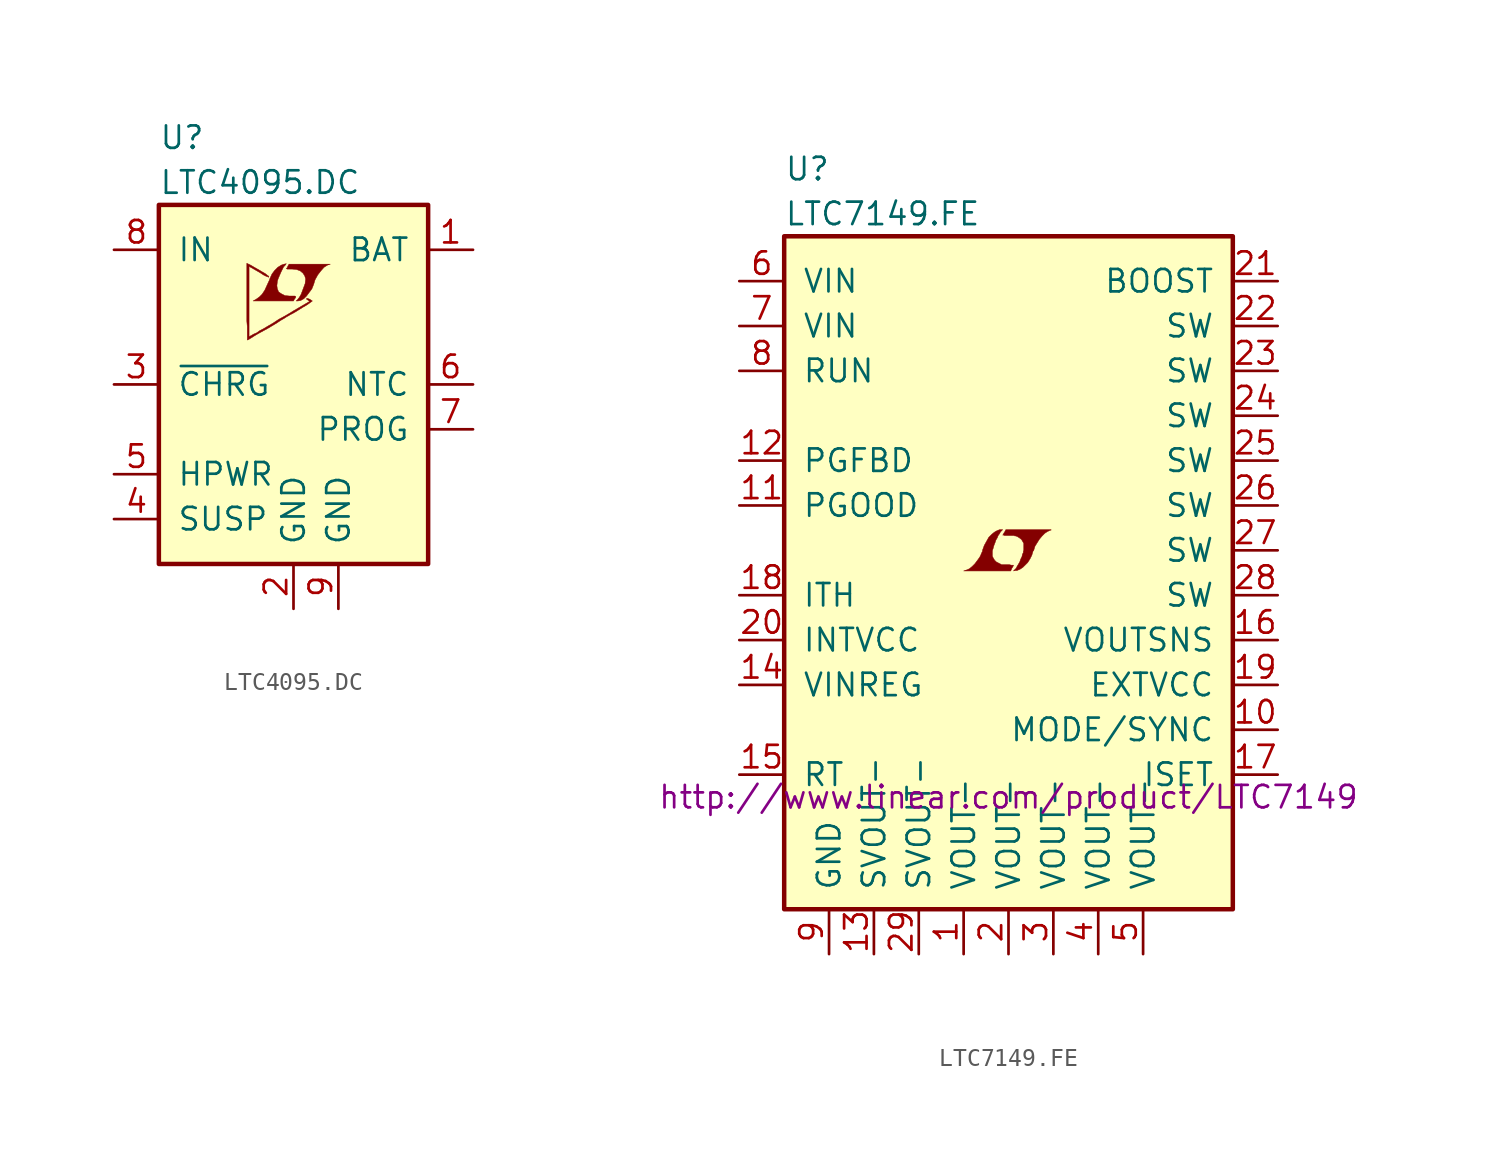
<source format=kicad_sym>
(kicad_symbol_lib
  (version 20201005)
  (generator kicad_symbol_editor)
  (symbol "LTC4095.DC"
    (pin_names
      (offset 1.016))
    (property "Reference" "U"
      (at -7.62 13.97 0)
      (effects (font (size 1.27 1.27)) (justify left)))
    (property "Value" "LTC4095.DC"
      (at -7.62 11.43 0)
      (effects (font (size 1.27 1.27)) (justify left)))
    (symbol "LTC4095.DC_0_0"
      (polyline (pts (xy 0.406 4.75) (xy 0.584 4.851) (xy 0.737 5.004) (xy 1.041 5.41) (xy 1.143 5.664) (xy 1.219 5.918) (xy 1.372 6.198) (xy 1.549 6.426) (xy 1.727 6.629) (xy 1.93 6.756) (xy 2.083 6.807) (xy -0.254 6.807) (xy -0.33 6.68) (xy -0.33 6.655) (xy -0.381 6.579) (xy -0.406 6.553) (xy -0.356 6.528) (xy -0.076 6.528) (xy 0.178 6.502) (xy 0.381 6.426) (xy 0.533 6.299) (xy 0.635 6.147) (xy 0.686 5.969) (xy 0.66 5.74) (xy 0.66 5.715) (xy 0.432 5.105) (xy 0.33 4.928) (xy 0.229 4.801) (xy 0.152 4.724) (xy 0.254 4.724) (xy 0.406 4.75)) (stroke (width 0.025)) (fill (type outline)))
      (polyline (pts (xy 0.051 4.826) (xy 0.076 4.851) (xy 0.127 4.928) (xy 0.127 4.978) (xy 0.076 5.004) (xy -0.229 5.004) (xy -0.483 5.029) (xy -0.686 5.131) (xy -0.838 5.232) (xy -0.914 5.41) (xy -0.94 5.588) (xy -0.914 5.817) (xy -0.914 5.842) (xy -0.864 5.994) (xy -0.711 6.35) (xy -0.559 6.655) (xy -0.483 6.731) (xy -0.406 6.833) (xy -0.533 6.807) (xy -0.686 6.756) (xy -0.889 6.629) (xy -1.067 6.452) (xy -1.219 6.248) (xy -1.346 5.969) (xy -1.346 5.944) (xy -1.499 5.613) (xy -1.626 5.334) (xy -1.778 5.105) (xy -1.93 4.953) (xy -2.108 4.826) (xy -2.286 4.724) (xy 0 4.724) (xy 0.051 4.826)) (stroke (width 0.025)) (fill (type outline)))
      (polyline (pts (xy -2.54 2.54) (xy -2.464 2.591) (xy -2.337 2.667) (xy -2.261 2.718) (xy -2.007 2.87) (xy -1.448 3.175) (xy -0.94 3.48) (xy -0.711 3.632) (xy -0.533 3.734) (xy -0.381 3.835) (xy -0.279 3.886) (xy -0.203 3.937) (xy -0.051 4.013) (xy 0.127 4.115) (xy 0.533 4.369) (xy 0.711 4.47) (xy 0.864 4.572) (xy 0.965 4.648) (xy 1.041 4.699) (xy 1.067 4.724) (xy 0.914 4.826) (xy 0.762 4.877) (xy 0.737 4.851) (xy 0.737 4.826) (xy 0.813 4.775) (xy 0.914 4.699) (xy 0 4.166) (xy -0.203 4.039) (xy -0.508 3.861) (xy -0.838 3.683) (xy -1.143 3.48) (xy -1.448 3.302) (xy -1.702 3.15) (xy -1.905 3.048) (xy -2.083 2.921) (xy -2.261 2.845) (xy -2.388 2.769) (xy -2.489 2.718) (xy -2.515 2.692) (xy -2.515 6.68) (xy -1.981 6.375) (xy -1.854 6.299) (xy -1.702 6.198) (xy -1.549 6.121) (xy -1.473 6.096) (xy -1.422 6.071) (xy -1.397 6.071) (xy -1.397 6.121) (xy -1.473 6.172) (xy -1.6 6.274) (xy -1.778 6.375) (xy -1.905 6.452) (xy -2.261 6.655) (xy -2.388 6.731) (xy -2.642 6.858) (xy -2.642 3.581) (xy -2.616 3.277) (xy -2.616 2.515) (xy -2.591 2.515) (xy -2.54 2.54)) (stroke (width 0.025)) (fill (type outline))))
    (symbol "LTC4095.DC_0_1"
      (rectangle (start -7.62 10.16) (end 7.62 -10.16) (stroke (width 0.254)) (fill (type background))))
    (symbol "LTC4095.DC_1_1"
      (pin power_out line (at 10.16 7.62 180) (length 2.54) (name "BAT" (effects (font (size 1.27 1.27)))) (number "1" (effects (font (size 1.27 1.27)))))
      (pin power_in line (at 0 -12.7 90) (length 2.54) (name "GND" (effects (font (size 1.27 1.27)))) (number "2" (effects (font (size 1.27 1.27)))))
      (pin open_collector line (at -10.16 0 0) (length 2.54) (name "~CHRG" (effects (font (size 1.27 1.27)))) (number "3" (effects (font (size 1.27 1.27)))))
      (pin input line (at -10.16 -7.62 0) (length 2.54) (name "SUSP" (effects (font (size 1.27 1.27)))) (number "4" (effects (font (size 1.27 1.27)))))
      (pin input line (at -10.16 -5.08 0) (length 2.54) (name "HPWR" (effects (font (size 1.27 1.27)))) (number "5" (effects (font (size 1.27 1.27)))))
      (pin passive line (at 10.16 0 180) (length 2.54) (name "NTC" (effects (font (size 1.27 1.27)))) (number "6" (effects (font (size 1.27 1.27)))))
      (pin passive line (at 10.16 -2.54 180) (length 2.54) (name "PROG" (effects (font (size 1.27 1.27)))) (number "7" (effects (font (size 1.27 1.27)))))
      (pin power_in line (at -10.16 7.62 0) (length 2.54) (name "IN" (effects (font (size 1.27 1.27)))) (number "8" (effects (font (size 1.27 1.27)))))
      (pin power_in line (at 2.54 -12.7 90) (length 2.54) (name "GND" (effects (font (size 1.27 1.27)))) (number "9" (effects (font (size 1.27 1.27)))))))
  (symbol "LTC7149.FE"
    (pin_names
      (offset 1.016))
    (property "Reference" "U"
      (at -12.7 21.59 0)
      (effects (font (size 1.27 1.27)) (justify left)))
    (property "Value" "LTC7149.FE"
      (at -12.7 19.05 0)
      (effects (font (size 1.27 1.27)) (justify left)))
    (property "Datasheet" "http://www.linear.com/product/LTC7149"
      (at 0 -13.97 0)
      (effects (font (size 1.27 1.27))))
    (symbol "LTC7149.FE_0_0"
      (polyline (pts (xy 0.203 -0.991) (xy 0.229 -0.965) (xy 0.279 -0.864) (xy 0.279 -0.838) (xy 0.152 -0.838) (xy 0.051 -0.813) (xy -0.406 -0.813) (xy -0.432 -0.787) (xy -0.686 -0.66) (xy -0.787 -0.559) (xy -0.864 -0.432) (xy -0.914 -0.33) (xy -0.914 -0.025) (xy -0.864 0.127) (xy -0.838 0.229) (xy -0.813 0.305) (xy -0.762 0.432) (xy -0.711 0.584) (xy -0.635 0.711) (xy -0.584 0.838) (xy -0.508 0.94) (xy -0.457 1.041) (xy -0.33 1.168) (xy -0.508 1.168) (xy -0.635 1.118) (xy -0.737 1.067) (xy -0.813 1.016) (xy -0.94 0.914) (xy -1.118 0.737) (xy -1.372 0.279) (xy -1.473 0) (xy -1.473 -0.051) (xy -1.524 -0.152) (xy -1.575 -0.279) (xy -1.626 -0.381) (xy -1.753 -0.559) (xy -1.905 -0.762) (xy -2.057 -0.914) (xy -2.21 -1.041) (xy -2.388 -1.118) (xy -2.54 -1.168) (xy 0.127 -1.168) (xy 0.203 -0.991)) (stroke (width 0.025)) (fill (type outline)))
      (polyline (pts (xy 0.406 -1.143) (xy 0.483 -1.143) (xy 0.66 -1.067) (xy 0.813 -0.965) (xy 1.092 -0.686) (xy 1.219 -0.483) (xy 1.321 -0.279) (xy 1.397 -0.025) (xy 1.422 -0.025) (xy 1.499 0.229) (xy 1.753 0.635) (xy 1.905 0.813) (xy 2.057 0.965) (xy 2.21 1.067) (xy 2.388 1.143) (xy 2.413 1.143) (xy 2.413 1.168) (xy -0.152 1.168) (xy -0.229 1.016) (xy -0.254 0.991) (xy -0.305 0.889) (xy -0.33 0.864) (xy -0.279 0.864) (xy -0.229 0.838) (xy 0.305 0.838) (xy 0.356 0.813) (xy 0.406 0.813) (xy 0.483 0.787) (xy 0.61 0.711) (xy 0.737 0.61) (xy 0.813 0.483) (xy 0.838 0.432) (xy 0.864 0.406) (xy 0.864 0) (xy 0.838 -0.051) (xy 0.838 -0.127) (xy 0.787 -0.229) (xy 0.762 -0.356) (xy 0.686 -0.508) (xy 0.635 -0.66) (xy 0.483 -0.914) (xy 0.432 -1.016) (xy 0.279 -1.168) (xy 0.406 -1.143)) (stroke (width 0.025)) (fill (type outline))))
    (symbol "LTC7149.FE_0_1"
      (rectangle (start -12.7 17.78) (end 12.7 -20.32) (stroke (width 0.254)) (fill (type background))))
    (symbol "LTC7149.FE_1_1"
      (pin power_in line (at -2.54 -22.86 90) (length 2.54) (name "VOUT-" (effects (font (size 1.27 1.27)))) (number "1" (effects (font (size 1.27 1.27)))))
      (pin input line (at 15.24 -10.16 180) (length 2.54) (name "MODE/SYNC" (effects (font (size 1.27 1.27)))) (number "10" (effects (font (size 1.27 1.27)))))
      (pin open_collector line (at -15.24 2.54 0) (length 2.54) (name "PGOOD" (effects (font (size 1.27 1.27)))) (number "11" (effects (font (size 1.27 1.27)))))
      (pin input line (at -15.24 5.08 0) (length 2.54) (name "PGFBD" (effects (font (size 1.27 1.27)))) (number "12" (effects (font (size 1.27 1.27)))))
      (pin power_in line (at -7.62 -22.86 90) (length 2.54) (name "SVOUT-" (effects (font (size 1.27 1.27)))) (number "13" (effects (font (size 1.27 1.27)))))
      (pin input line (at -15.24 -7.62 0) (length 2.54) (name "VINREG" (effects (font (size 1.27 1.27)))) (number "14" (effects (font (size 1.27 1.27)))))
      (pin passive line (at -15.24 -12.7 0) (length 2.54) (name "RT" (effects (font (size 1.27 1.27)))) (number "15" (effects (font (size 1.27 1.27)))))
      (pin input line (at 15.24 -5.08 180) (length 2.54) (name "VOUTSNS" (effects (font (size 1.27 1.27)))) (number "16" (effects (font (size 1.27 1.27)))))
      (pin passive line (at 15.24 -12.7 180) (length 2.54) (name "ISET" (effects (font (size 1.27 1.27)))) (number "17" (effects (font (size 1.27 1.27)))))
      (pin passive line (at -15.24 -2.54 0) (length 2.54) (name "ITH" (effects (font (size 1.27 1.27)))) (number "18" (effects (font (size 1.27 1.27)))))
      (pin power_in line (at 15.24 -7.62 180) (length 2.54) (name "EXTVCC" (effects (font (size 1.27 1.27)))) (number "19" (effects (font (size 1.27 1.27)))))
      (pin power_in line (at 0 -22.86 90) (length 2.54) (name "VOUT-" (effects (font (size 1.27 1.27)))) (number "2" (effects (font (size 1.27 1.27)))))
      (pin passive line (at -15.24 -5.08 0) (length 2.54) (name "INTVCC" (effects (font (size 1.27 1.27)))) (number "20" (effects (font (size 1.27 1.27)))))
      (pin passive line (at 15.24 15.24 180) (length 2.54) (name "BOOST" (effects (font (size 1.27 1.27)))) (number "21" (effects (font (size 1.27 1.27)))))
      (pin passive line (at 15.24 12.7 180) (length 2.54) (name "SW" (effects (font (size 1.27 1.27)))) (number "22" (effects (font (size 1.27 1.27)))))
      (pin passive line (at 15.24 10.16 180) (length 2.54) (name "SW" (effects (font (size 1.27 1.27)))) (number "23" (effects (font (size 1.27 1.27)))))
      (pin passive line (at 15.24 7.62 180) (length 2.54) (name "SW" (effects (font (size 1.27 1.27)))) (number "24" (effects (font (size 1.27 1.27)))))
      (pin passive line (at 15.24 5.08 180) (length 2.54) (name "SW" (effects (font (size 1.27 1.27)))) (number "25" (effects (font (size 1.27 1.27)))))
      (pin passive line (at 15.24 2.54 180) (length 2.54) (name "SW" (effects (font (size 1.27 1.27)))) (number "26" (effects (font (size 1.27 1.27)))))
      (pin passive line (at 15.24 0 180) (length 2.54) (name "SW" (effects (font (size 1.27 1.27)))) (number "27" (effects (font (size 1.27 1.27)))))
      (pin passive line (at 15.24 -2.54 180) (length 2.54) (name "SW" (effects (font (size 1.27 1.27)))) (number "28" (effects (font (size 1.27 1.27)))))
      (pin power_in line (at -5.08 -22.86 90) (length 2.54) (name "SVOUT-" (effects (font (size 1.27 1.27)))) (number "29" (effects (font (size 1.27 1.27)))))
      (pin power_in line (at 2.54 -22.86 90) (length 2.54) (name "VOUT-" (effects (font (size 1.27 1.27)))) (number "3" (effects (font (size 1.27 1.27)))))
      (pin power_in line (at 5.08 -22.86 90) (length 2.54) (name "VOUT-" (effects (font (size 1.27 1.27)))) (number "4" (effects (font (size 1.27 1.27)))))
      (pin power_in line (at 7.62 -22.86 90) (length 2.54) (name "VOUT-" (effects (font (size 1.27 1.27)))) (number "5" (effects (font (size 1.27 1.27)))))
      (pin power_in line (at -15.24 15.24 0) (length 2.54) (name "VIN" (effects (font (size 1.27 1.27)))) (number "6" (effects (font (size 1.27 1.27)))))
      (pin power_in line (at -15.24 12.7 0) (length 2.54) (name "VIN" (effects (font (size 1.27 1.27)))) (number "7" (effects (font (size 1.27 1.27)))))
      (pin input line (at -15.24 10.16 0) (length 2.54) (name "RUN" (effects (font (size 1.27 1.27)))) (number "8" (effects (font (size 1.27 1.27)))))
      (pin power_in line (at -10.16 -22.86 90) (length 2.54) (name "GND" (effects (font (size 1.27 1.27)))) (number "9" (effects (font (size 1.27 1.27))))))))
</source>
